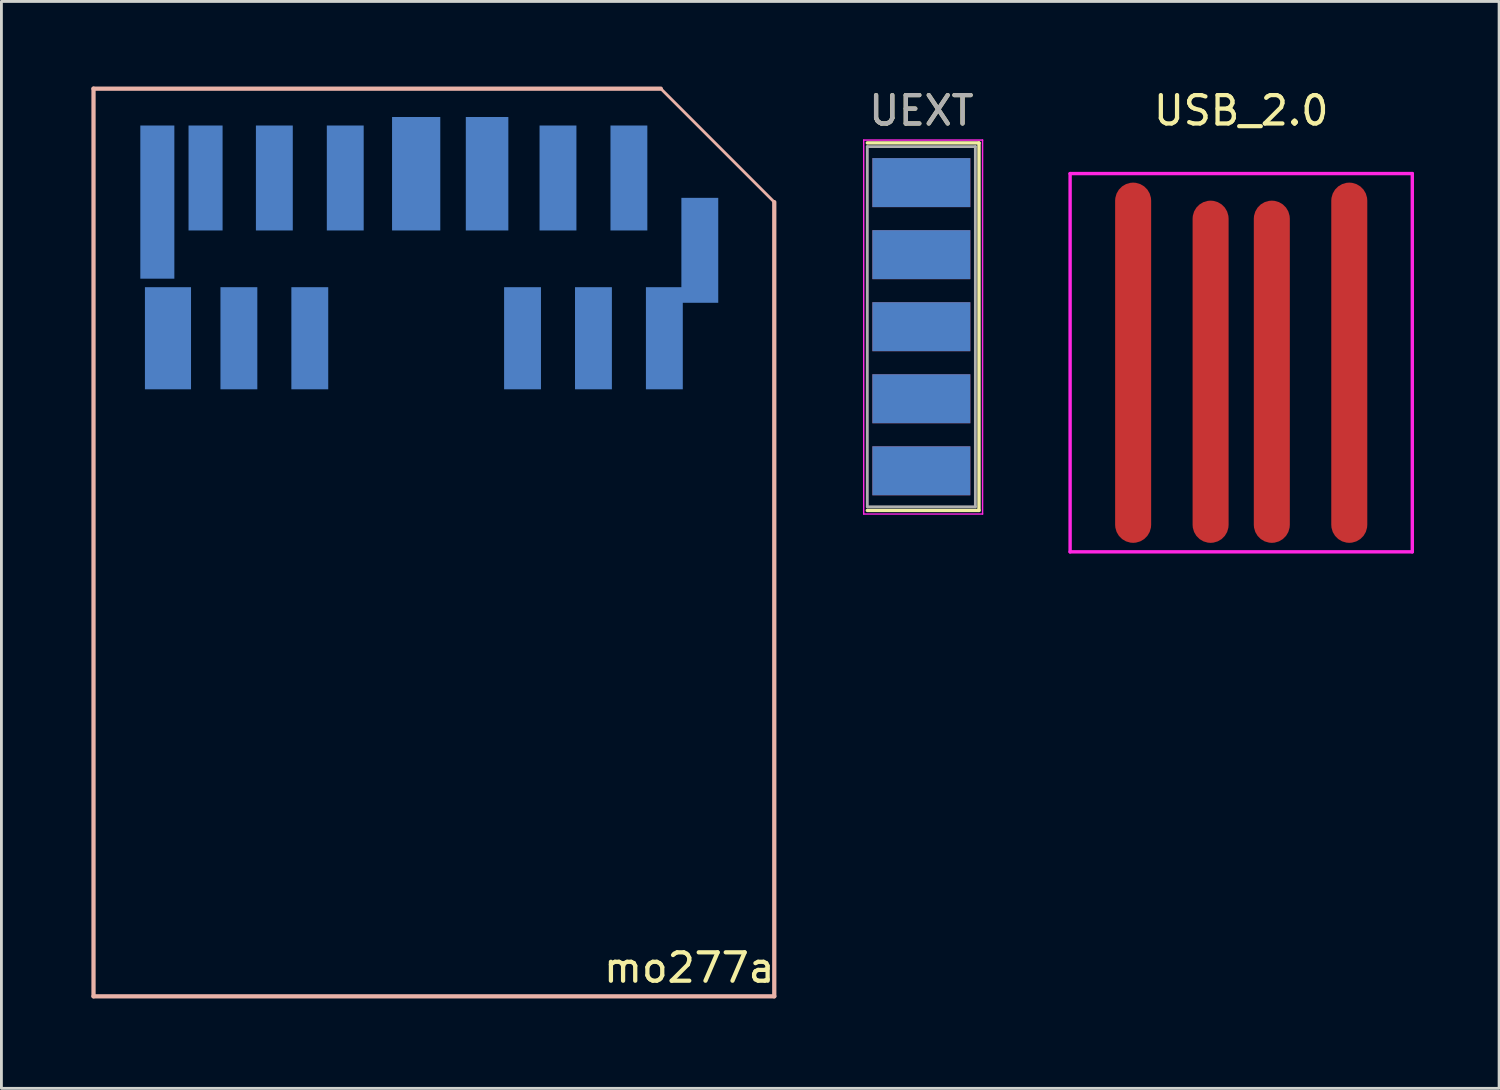
<source format=kicad_pcb>
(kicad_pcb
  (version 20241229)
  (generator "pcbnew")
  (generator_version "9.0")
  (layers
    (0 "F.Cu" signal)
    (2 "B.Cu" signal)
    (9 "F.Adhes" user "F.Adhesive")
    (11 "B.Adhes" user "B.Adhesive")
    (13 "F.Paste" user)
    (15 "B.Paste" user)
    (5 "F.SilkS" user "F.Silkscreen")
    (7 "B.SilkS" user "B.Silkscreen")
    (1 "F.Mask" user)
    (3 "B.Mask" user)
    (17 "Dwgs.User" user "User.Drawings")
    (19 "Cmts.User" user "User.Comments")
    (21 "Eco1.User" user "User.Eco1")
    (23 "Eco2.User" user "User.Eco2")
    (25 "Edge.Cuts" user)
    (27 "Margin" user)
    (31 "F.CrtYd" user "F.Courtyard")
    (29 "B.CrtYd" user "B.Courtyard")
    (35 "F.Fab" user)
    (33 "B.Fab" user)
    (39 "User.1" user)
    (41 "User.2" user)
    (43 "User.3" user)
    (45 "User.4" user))
  (footprint "USB_2.0"
    (layer "F.Cu")
    (at 40.709 9.738)
    (property "Reference" "USB_2.0" (at 0 -8.89 0) (layer "F.SilkS") (effects (font (size 1 1) (thickness 0.15))))
    (attr through_hole)
    (fp_line (start -6.032 -6.668) (end 6.032 -6.668) (stroke (width 0.12) (type solid)) (layer "F.CrtYd"))
    (fp_line (start -6.032 6.668) (end -6.032 -6.668) (stroke (width 0.12) (type solid)) (layer "F.CrtYd"))
    (fp_line (start 6.032 -6.668) (end 6.032 6.668) (stroke (width 0.12) (type solid)) (layer "F.CrtYd"))
    (fp_line (start 6.032 6.668) (end -6.032 6.668) (stroke (width 0.12) (type solid)) (layer "F.CrtYd"))
    (pad "1" smd roundrect (at 3.81 0) (size 1.27 12.7) (layers "F.Cu" "F.Mask" "F.Paste") (roundrect_rratio 0.5))
    (pad "2" smd roundrect (at 1.079 0) (size 1.27 12.065) (drill (offset 0 0.318)) (layers "F.Cu" "F.Mask" "F.Paste") (roundrect_rratio 0.5))
    (pad "3" smd roundrect (at -1.079 0) (size 1.27 12.065) (drill (offset 0 0.318)) (layers "F.Cu" "F.Mask" "F.Paste") (roundrect_rratio 0.5))
    (pad "4" smd roundrect (at -3.81 0) (size 1.27 12.7) (layers "F.Cu" "F.Mask" "F.Paste") (roundrect_rratio 0.5)))
  (footprint "mo277a"
    (layer "F.Cu")
    (at 0.25 32.07)
    (property "Reference" "mo277a" (at 21 -1 180) (layer "F.SilkS") (effects (font (size 1 1) (thickness 0.15))))
    (attr through_hole)
    (fp_line (start -0.003 0.005) (end -0.003 -31.995) (stroke (width 0.15) (type solid)) (layer "B.SilkS"))
    (fp_line (start 19.997 -31.995) (end -0.003 -31.995) (stroke (width 0.15) (type solid)) (layer "B.SilkS"))
    (fp_line (start 19.997 -31.995) (end 23.997 -27.995) (stroke (width 0.1) (type solid)) (layer "B.SilkS"))
    (fp_line (start 23.997 0.005) (end -0.003 0.005) (stroke (width 0.15) (type solid)) (layer "B.SilkS"))
    (fp_line (start 23.997 0.005) (end 23.997 -27.995) (stroke (width 0.15) (type solid)) (layer "B.SilkS"))
    (pad "1" smd rect (at 18.872 -28.845 180) (size 1.3 3.7) (layers "B.Cu" "B.Mask" "B.Paste"))
    (pad "2" smd rect (at 16.372 -28.845 180) (size 1.3 3.7) (layers "B.Cu" "B.Mask" "B.Paste"))
    (pad "3" smd rect (at 13.872 -28.995 180) (size 1.5 4) (layers "B.Cu" "B.Mask" "B.Paste"))
    (pad "4" smd rect (at 11.372 -28.995 180) (size 1.7 4) (layers "B.Cu" "B.Mask" "B.Paste"))
    (pad "5" smd rect (at 8.872 -28.845 180) (size 1.3 3.7) (layers "B.Cu" "B.Mask" "B.Paste"))
    (pad "6" smd rect (at 6.372 -28.845 180) (size 1.3 3.7) (layers "B.Cu" "B.Mask" "B.Paste"))
    (pad "7" smd rect (at 3.947 -28.845 180) (size 1.2 3.7) (layers "B.Cu" "B.Mask" "B.Paste"))
    (pad "8" smd rect (at 2.247 -27.995 180) (size 1.2 5.4) (layers "B.Cu" "B.Mask" "B.Paste"))
    (pad "8" smd rect (at 2.622 -23.195 180) (size 1.625 3.6) (layers "B.Cu" "B.Mask" "B.Paste"))
    (pad "9" smd rect (at 20.122 -23.195 180) (size 1.3 3.6) (layers "B.Cu" "B.Mask" "B.Paste"))
    (pad "9" smd rect (at 21.372 -26.295 180) (size 1.3 3.7) (layers "B.Cu" "B.Mask" "B.Paste"))
    (pad "10" smd rect (at 17.622 -23.195 180) (size 1.3 3.6) (layers "B.Cu" "B.Mask" "B.Paste"))
    (pad "11" smd rect (at 15.122 -23.195 180) (size 1.3 3.6) (layers "B.Cu" "B.Mask" "B.Paste"))
    (pad "12" smd rect (at 7.622 -23.195 180) (size 1.3 3.6) (layers "B.Cu" "B.Mask" "B.Paste"))
    (pad "13" smd rect (at 5.122 -23.195 180) (size 1.3 3.6) (layers "B.Cu" "B.Mask" "B.Paste")))
  (footprint "UEXT"
    (layer "F.Cu")
    (at 29.432 8.468)
    (property "Reference" "UEXT" (at 0 -7.62 0) (layer "F.SilkS") (effects (font (size 1 1) (thickness 0.15))))
    (attr smd)
    (fp_line (start -1.905 -6.48) (end 2.032 -6.48) (stroke (width 0.12) (type solid)) (layer "F.SilkS"))
    (fp_line (start 2.032 -6.477) (end 2.032 6.477) (stroke (width 0.12) (type solid)) (layer "F.SilkS"))
    (fp_line (start 2.032 6.477) (end -1.905 6.477) (stroke (width 0.12) (type solid)) (layer "F.SilkS"))
    (fp_line (start -2.032 -6.58) (end 2.159 -6.58) (stroke (width 0.05) (type solid)) (layer "F.CrtYd"))
    (fp_line (start -2.032 6.604) (end -2.032 -6.58) (stroke (width 0.05) (type solid)) (layer "F.CrtYd"))
    (fp_line (start 2.159 -6.58) (end 2.159 6.604) (stroke (width 0.05) (type solid)) (layer "F.CrtYd"))
    (fp_line (start 2.159 6.604) (end -2.032 6.604) (stroke (width 0.05) (type solid)) (layer "F.CrtYd"))
    (fp_line (start -1.905 -6.35) (end -1.905 6.35) (stroke (width 0.1) (type solid)) (layer "F.Fab"))
    (fp_line (start 1.905 -6.35) (end -1.905 -6.35) (stroke (width 0.1) (type solid)) (layer "F.Fab"))
    (fp_line (start 1.905 -6.35) (end 1.905 6.35) (stroke (width 0.1) (type solid)) (layer "F.Fab"))
    (fp_line (start 1.905 6.35) (end -1.905 6.35) (stroke (width 0.1) (type solid)) (layer "F.Fab"))
    (fp_text user "${REFERENCE}" (at 0 -7.62 0) (layer "F.Fab") (effects (font (size 1 1) (thickness 0.15))))
    (pad "1" smd rect (at 0 -5.08) (size 3.454 1.727) (layers "B.Cu" "B.Mask" "B.Paste"))
    (pad "2" smd rect (at 0 -5.08) (size 3.454 1.727) (layers "F.Cu" "F.Mask" "F.Paste"))
    (pad "3" smd rect (at 0 -2.54) (size 3.454 1.727) (layers "B.Cu" "B.Mask" "B.Paste"))
    (pad "4" smd rect (at 0 -2.54) (size 3.454 1.727) (layers "F.Cu" "F.Mask" "F.Paste"))
    (pad "5" smd rect (at 0 0) (size 3.454 1.727) (layers "B.Cu" "B.Mask" "B.Paste"))
    (pad "6" smd rect (at 0 0) (size 3.454 1.727) (layers "F.Cu" "F.Mask" "F.Paste"))
    (pad "7" smd rect (at 0 2.54) (size 3.454 1.727) (layers "B.Cu" "B.Mask" "B.Paste"))
    (pad "8" smd rect (at 0 2.54) (size 3.454 1.727) (layers "F.Cu" "F.Mask" "F.Paste"))
    (pad "9" smd rect (at 0 5.08) (size 3.454 1.727) (layers "B.Cu" "B.Mask" "B.Paste"))
    (pad "10" smd rect (at 0 5.08) (size 3.454 1.727) (layers "F.Cu" "F.Mask" "F.Paste")))
  (gr_rect
    (start -3 -3)
    (end 49.801 35.32)
    (stroke (width 0.1) (type default))
    (fill no)
    (layer "Edge.Cuts")))
</source>
